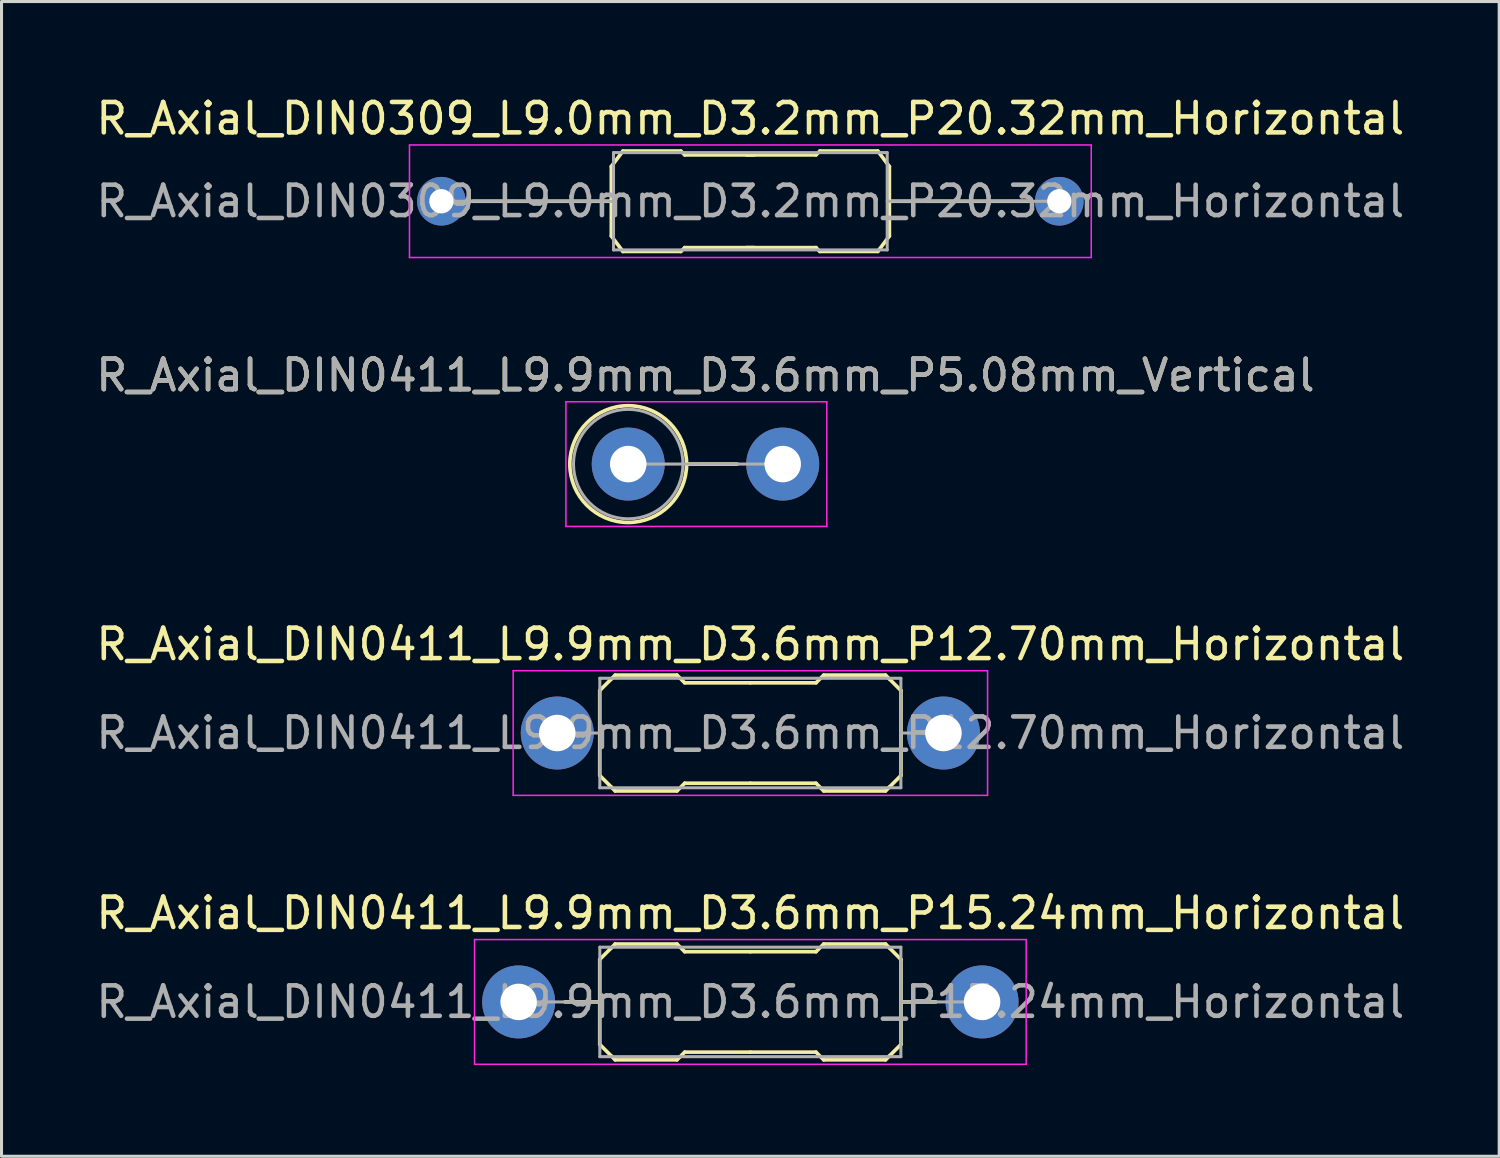
<source format=kicad_pcb>
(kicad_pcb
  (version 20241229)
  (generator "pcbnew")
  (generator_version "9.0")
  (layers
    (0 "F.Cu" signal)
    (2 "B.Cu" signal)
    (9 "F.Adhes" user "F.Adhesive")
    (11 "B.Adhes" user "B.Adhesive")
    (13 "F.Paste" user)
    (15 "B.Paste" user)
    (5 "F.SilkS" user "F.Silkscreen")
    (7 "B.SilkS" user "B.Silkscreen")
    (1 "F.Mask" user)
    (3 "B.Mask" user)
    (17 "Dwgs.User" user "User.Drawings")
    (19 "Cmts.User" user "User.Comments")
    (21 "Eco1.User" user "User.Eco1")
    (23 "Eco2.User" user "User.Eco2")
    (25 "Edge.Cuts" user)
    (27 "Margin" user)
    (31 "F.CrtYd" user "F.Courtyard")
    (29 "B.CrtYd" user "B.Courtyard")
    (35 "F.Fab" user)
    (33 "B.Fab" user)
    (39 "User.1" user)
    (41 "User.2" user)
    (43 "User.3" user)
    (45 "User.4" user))
  (footprint "R_Axial_DIN0411_L9.9mm_D3.6mm_P5.08mm_Vertical"
    (layer "F.Cu")
    (at 17.609 12.211)
    (property "Reference" "R_Axial_DIN0411_L9.9mm_D3.6mm_P5.08mm_Vertical" (at 2.54 -2.92 0) (layer "F.SilkS") (effects (font (size 1 1) (thickness 0.15))))
    (attr through_hole)
    (fp_line (start 1.92 0) (end 3.58 0) (stroke (width 0.12) (type solid)) (layer "F.SilkS"))
    (fp_circle (center 0 0) (end 1.92 0) (stroke (width 0.12) (type solid)) (fill no) (layer "F.SilkS"))
    (fp_line (start -2.05 -2.05) (end -2.05 2.05) (stroke (width 0.05) (type solid)) (layer "F.CrtYd"))
    (fp_line (start -2.05 2.05) (end 6.53 2.05) (stroke (width 0.05) (type solid)) (layer "F.CrtYd"))
    (fp_line (start 6.53 -2.05) (end -2.05 -2.05) (stroke (width 0.05) (type solid)) (layer "F.CrtYd"))
    (fp_line (start 6.53 2.05) (end 6.53 -2.05) (stroke (width 0.05) (type solid)) (layer "F.CrtYd"))
    (fp_line (start 0 0) (end 5.08 0) (stroke (width 0.1) (type solid)) (layer "F.Fab"))
    (fp_circle (center 0 0) (end 1.8 0) (stroke (width 0.1) (type solid)) (fill no) (layer "F.Fab"))
    (fp_text user "${REFERENCE}" (at 2.54 -2.92 0) (layer "F.Fab") (effects (font (size 1 1) (thickness 0.15))))
    (pad "1" thru_hole circle (at 0 0) (size 2.4 2.4) (drill 1.2) (layers "*.Cu" "*.Mask"))
    (pad "2" thru_hole oval (at 5.08 0) (size 2.4 2.4) (drill 1.2) (layers "*.Cu" "*.Mask")))
  (footprint "R_Axial_DIN0411_L9.9mm_D3.6mm_P15.24mm_Horizontal"
    (layer "F.Cu")
    (at 14.005 29.898)
    (property "Reference" "R_Axial_DIN0411_L9.9mm_D3.6mm_P15.24mm_Horizontal" (at 7.62 -2.92 0) (layer "F.SilkS") (effects (font (size 1 1) (thickness 0.15))))
    (attr through_hole)
    (fp_line (start 2.667 -1.397) (end 3.048 -1.778) (stroke (width 0.12) (type solid)) (layer "F.SilkS"))
    (fp_line (start 2.667 0) (end 1.524 0) (stroke (width 0.12) (type solid)) (layer "F.SilkS"))
    (fp_line (start 2.667 1.397) (end 2.667 -1.397) (stroke (width 0.12) (type solid)) (layer "F.SilkS"))
    (fp_line (start 2.667 1.397) (end 3.048 1.778) (stroke (width 0.12) (type solid)) (layer "F.SilkS"))
    (fp_line (start 3.048 -1.778) (end 3.175 -1.905) (stroke (width 0.12) (type solid)) (layer "F.SilkS"))
    (fp_line (start 3.048 1.778) (end 3.175 1.905) (stroke (width 0.12) (type solid)) (layer "F.SilkS"))
    (fp_line (start 3.175 -1.905) (end 5.207 -1.905) (stroke (width 0.12) (type solid)) (layer "F.SilkS"))
    (fp_line (start 3.175 1.905) (end 5.207 1.905) (stroke (width 0.12) (type solid)) (layer "F.SilkS"))
    (fp_line (start 5.207 -1.905) (end 5.461 -1.651) (stroke (width 0.12) (type solid)) (layer "F.SilkS"))
    (fp_line (start 5.207 1.905) (end 5.461 1.651) (stroke (width 0.12) (type solid)) (layer "F.SilkS"))
    (fp_line (start 5.461 -1.651) (end 7.62 -1.651) (stroke (width 0.12) (type solid)) (layer "F.SilkS"))
    (fp_line (start 5.461 1.651) (end 7.62 1.651) (stroke (width 0.12) (type solid)) (layer "F.SilkS"))
    (fp_line (start 9.779 -1.651) (end 7.62 -1.651) (stroke (width 0.12) (type solid)) (layer "F.SilkS"))
    (fp_line (start 9.779 1.651) (end 7.62 1.651) (stroke (width 0.12) (type solid)) (layer "F.SilkS"))
    (fp_line (start 10.033 -1.905) (end 9.779 -1.651) (stroke (width 0.12) (type solid)) (layer "F.SilkS"))
    (fp_line (start 10.033 1.905) (end 9.779 1.651) (stroke (width 0.12) (type solid)) (layer "F.SilkS"))
    (fp_line (start 12.065 -1.905) (end 10.033 -1.905) (stroke (width 0.12) (type solid)) (layer "F.SilkS"))
    (fp_line (start 12.065 1.905) (end 10.033 1.905) (stroke (width 0.12) (type solid)) (layer "F.SilkS"))
    (fp_line (start 12.192 -1.778) (end 12.065 -1.905) (stroke (width 0.12) (type solid)) (layer "F.SilkS"))
    (fp_line (start 12.192 1.778) (end 12.065 1.905) (stroke (width 0.12) (type solid)) (layer "F.SilkS"))
    (fp_line (start 12.573 -1.397) (end 12.192 -1.778) (stroke (width 0.12) (type solid)) (layer "F.SilkS"))
    (fp_line (start 12.573 0) (end 13.716 0) (stroke (width 0.12) (type solid)) (layer "F.SilkS"))
    (fp_line (start 12.573 1.397) (end 12.192 1.778) (stroke (width 0.12) (type solid)) (layer "F.SilkS"))
    (fp_line (start 12.573 1.397) (end 12.573 -1.397) (stroke (width 0.12) (type solid)) (layer "F.SilkS"))
    (fp_line (start -1.45 -2.05) (end -1.45 2.05) (stroke (width 0.05) (type solid)) (layer "F.CrtYd"))
    (fp_line (start -1.45 2.05) (end 16.69 2.05) (stroke (width 0.05) (type solid)) (layer "F.CrtYd"))
    (fp_line (start 16.69 -2.05) (end -1.45 -2.05) (stroke (width 0.05) (type solid)) (layer "F.CrtYd"))
    (fp_line (start 16.69 2.05) (end 16.69 -2.05) (stroke (width 0.05) (type solid)) (layer "F.CrtYd"))
    (fp_line (start 0 0) (end 2.67 0) (stroke (width 0.1) (type solid)) (layer "F.Fab"))
    (fp_line (start 2.67 -1.8) (end 2.67 1.8) (stroke (width 0.1) (type solid)) (layer "F.Fab"))
    (fp_line (start 2.67 1.8) (end 12.57 1.8) (stroke (width 0.1) (type solid)) (layer "F.Fab"))
    (fp_line (start 12.57 -1.8) (end 2.67 -1.8) (stroke (width 0.1) (type solid)) (layer "F.Fab"))
    (fp_line (start 12.57 1.8) (end 12.57 -1.8) (stroke (width 0.1) (type solid)) (layer "F.Fab"))
    (fp_line (start 15.24 0) (end 12.57 0) (stroke (width 0.1) (type solid)) (layer "F.Fab"))
    (fp_text user "${REFERENCE}" (at 7.62 0 0) (layer "F.Fab") (effects (font (size 1 1) (thickness 0.15))))
    (pad "1" thru_hole circle (at 0 0) (size 2.4 2.4) (drill 1.2) (layers "*.Cu" "*.Mask"))
    (pad "2" thru_hole oval (at 15.24 0) (size 2.4 2.4) (drill 1.2) (layers "*.Cu" "*.Mask")))
  (footprint "R_Axial_DIN0411_L9.9mm_D3.6mm_P12.70mm_Horizontal"
    (layer "F.Cu")
    (at 15.275 21.055)
    (property "Reference" "R_Axial_DIN0411_L9.9mm_D3.6mm_P12.70mm_Horizontal" (at 6.35 -2.92 0) (layer "F.SilkS") (effects (font (size 1 1) (thickness 0.15))))
    (attr through_hole)
    (fp_line (start 1.397 -1.397) (end 1.778 -1.778) (stroke (width 0.12) (type solid)) (layer "F.SilkS"))
    (fp_line (start 1.397 1.397) (end 1.397 -1.397) (stroke (width 0.12) (type solid)) (layer "F.SilkS"))
    (fp_line (start 1.397 1.397) (end 1.778 1.778) (stroke (width 0.12) (type solid)) (layer "F.SilkS"))
    (fp_line (start 1.778 -1.778) (end 1.905 -1.905) (stroke (width 0.12) (type solid)) (layer "F.SilkS"))
    (fp_line (start 1.778 1.778) (end 1.905 1.905) (stroke (width 0.12) (type solid)) (layer "F.SilkS"))
    (fp_line (start 1.905 -1.905) (end 3.937 -1.905) (stroke (width 0.12) (type solid)) (layer "F.SilkS"))
    (fp_line (start 1.905 1.905) (end 3.937 1.905) (stroke (width 0.12) (type solid)) (layer "F.SilkS"))
    (fp_line (start 3.937 -1.905) (end 4.191 -1.651) (stroke (width 0.12) (type solid)) (layer "F.SilkS"))
    (fp_line (start 3.937 1.905) (end 4.191 1.651) (stroke (width 0.12) (type solid)) (layer "F.SilkS"))
    (fp_line (start 4.191 -1.651) (end 6.35 -1.651) (stroke (width 0.12) (type solid)) (layer "F.SilkS"))
    (fp_line (start 4.191 1.651) (end 6.35 1.651) (stroke (width 0.12) (type solid)) (layer "F.SilkS"))
    (fp_line (start 8.509 -1.651) (end 6.35 -1.651) (stroke (width 0.12) (type solid)) (layer "F.SilkS"))
    (fp_line (start 8.509 1.651) (end 6.35 1.651) (stroke (width 0.12) (type solid)) (layer "F.SilkS"))
    (fp_line (start 8.763 -1.905) (end 8.509 -1.651) (stroke (width 0.12) (type solid)) (layer "F.SilkS"))
    (fp_line (start 8.763 1.905) (end 8.509 1.651) (stroke (width 0.12) (type solid)) (layer "F.SilkS"))
    (fp_line (start 10.795 -1.905) (end 8.763 -1.905) (stroke (width 0.12) (type solid)) (layer "F.SilkS"))
    (fp_line (start 10.795 1.905) (end 8.763 1.905) (stroke (width 0.12) (type solid)) (layer "F.SilkS"))
    (fp_line (start 10.922 -1.778) (end 10.795 -1.905) (stroke (width 0.12) (type solid)) (layer "F.SilkS"))
    (fp_line (start 10.922 1.778) (end 10.795 1.905) (stroke (width 0.12) (type solid)) (layer "F.SilkS"))
    (fp_line (start 11.303 -1.397) (end 10.922 -1.778) (stroke (width 0.12) (type solid)) (layer "F.SilkS"))
    (fp_line (start 11.303 1.397) (end 10.922 1.778) (stroke (width 0.12) (type solid)) (layer "F.SilkS"))
    (fp_line (start 11.303 1.397) (end 11.303 -1.397) (stroke (width 0.12) (type solid)) (layer "F.SilkS"))
    (fp_line (start -1.45 -2.05) (end -1.45 2.05) (stroke (width 0.05) (type solid)) (layer "F.CrtYd"))
    (fp_line (start -1.45 2.05) (end 14.15 2.05) (stroke (width 0.05) (type solid)) (layer "F.CrtYd"))
    (fp_line (start 14.15 -2.05) (end -1.45 -2.05) (stroke (width 0.05) (type solid)) (layer "F.CrtYd"))
    (fp_line (start 14.15 2.05) (end 14.15 -2.05) (stroke (width 0.05) (type solid)) (layer "F.CrtYd"))
    (fp_line (start 0 0) (end 1.4 0) (stroke (width 0.1) (type solid)) (layer "F.Fab"))
    (fp_line (start 1.4 -1.8) (end 1.4 1.8) (stroke (width 0.1) (type solid)) (layer "F.Fab"))
    (fp_line (start 1.4 1.8) (end 11.3 1.8) (stroke (width 0.1) (type solid)) (layer "F.Fab"))
    (fp_line (start 11.3 -1.8) (end 1.4 -1.8) (stroke (width 0.1) (type solid)) (layer "F.Fab"))
    (fp_line (start 11.3 1.8) (end 11.3 -1.8) (stroke (width 0.1) (type solid)) (layer "F.Fab"))
    (fp_line (start 12.7 0) (end 11.3 0) (stroke (width 0.1) (type solid)) (layer "F.Fab"))
    (fp_text user "${REFERENCE}" (at 6.35 0 0) (layer "F.Fab") (effects (font (size 1 1) (thickness 0.15))))
    (pad "1" thru_hole circle (at 0 0) (size 2.4 2.4) (drill 1.2) (layers "*.Cu" "*.Mask"))
    (pad "2" thru_hole oval (at 12.7 0) (size 2.4 2.4) (drill 1.2) (layers "*.Cu" "*.Mask")))
  (footprint "R_Axial_DIN0309_L9.0mm_D3.2mm_P20.32mm_Horizontal"
    (layer "F.Cu")
    (at 11.465 3.568)
    (property "Reference" "R_Axial_DIN0309_L9.0mm_D3.2mm_P20.32mm_Horizontal" (at 10.16 -2.72 0) (layer "F.SilkS") (effects (font (size 1 1) (thickness 0.15))))
    (attr through_hole)
    (fp_line (start 5.588 -1.143) (end 5.969 -1.651) (stroke (width 0.12) (type solid)) (layer "F.SilkS"))
    (fp_line (start 5.588 0) (end 1.016 0) (stroke (width 0.12) (type solid)) (layer "F.SilkS"))
    (fp_line (start 5.588 1.143) (end 5.588 -1.143) (stroke (width 0.12) (type solid)) (layer "F.SilkS"))
    (fp_line (start 5.588 1.143) (end 5.969 1.651) (stroke (width 0.12) (type solid)) (layer "F.SilkS"))
    (fp_line (start 5.969 -1.651) (end 7.874 -1.651) (stroke (width 0.12) (type solid)) (layer "F.SilkS"))
    (fp_line (start 5.969 1.651) (end 7.874 1.651) (stroke (width 0.12) (type solid)) (layer "F.SilkS"))
    (fp_line (start 7.874 -1.651) (end 8.001 -1.524) (stroke (width 0.12) (type solid)) (layer "F.SilkS"))
    (fp_line (start 7.874 1.651) (end 8.001 1.524) (stroke (width 0.12) (type solid)) (layer "F.SilkS"))
    (fp_line (start 8.001 -1.524) (end 10.287 -1.524) (stroke (width 0.12) (type solid)) (layer "F.SilkS"))
    (fp_line (start 8.001 1.524) (end 10.287 1.524) (stroke (width 0.12) (type solid)) (layer "F.SilkS"))
    (fp_line (start 12.319 -1.524) (end 10.033 -1.524) (stroke (width 0.12) (type solid)) (layer "F.SilkS"))
    (fp_line (start 12.319 1.524) (end 10.033 1.524) (stroke (width 0.12) (type solid)) (layer "F.SilkS"))
    (fp_line (start 12.446 -1.651) (end 12.319 -1.524) (stroke (width 0.12) (type solid)) (layer "F.SilkS"))
    (fp_line (start 12.446 1.651) (end 12.319 1.524) (stroke (width 0.12) (type solid)) (layer "F.SilkS"))
    (fp_line (start 14.351 -1.651) (end 12.446 -1.651) (stroke (width 0.12) (type solid)) (layer "F.SilkS"))
    (fp_line (start 14.351 1.651) (end 12.446 1.651) (stroke (width 0.12) (type solid)) (layer "F.SilkS"))
    (fp_line (start 14.732 -1.143) (end 14.351 -1.651) (stroke (width 0.12) (type solid)) (layer "F.SilkS"))
    (fp_line (start 14.732 0) (end 19.304 0) (stroke (width 0.12) (type solid)) (layer "F.SilkS"))
    (fp_line (start 14.732 1.143) (end 14.351 1.651) (stroke (width 0.12) (type solid)) (layer "F.SilkS"))
    (fp_line (start 14.732 1.143) (end 14.732 -1.143) (stroke (width 0.12) (type solid)) (layer "F.SilkS"))
    (fp_line (start -1.05 -1.85) (end -1.05 1.85) (stroke (width 0.05) (type solid)) (layer "F.CrtYd"))
    (fp_line (start -1.05 1.85) (end 21.37 1.85) (stroke (width 0.05) (type solid)) (layer "F.CrtYd"))
    (fp_line (start 21.37 -1.85) (end -1.05 -1.85) (stroke (width 0.05) (type solid)) (layer "F.CrtYd"))
    (fp_line (start 21.37 1.85) (end 21.37 -1.85) (stroke (width 0.05) (type solid)) (layer "F.CrtYd"))
    (fp_line (start 0 0) (end 5.66 0) (stroke (width 0.1) (type solid)) (layer "F.Fab"))
    (fp_line (start 5.66 -1.6) (end 5.66 1.6) (stroke (width 0.1) (type solid)) (layer "F.Fab"))
    (fp_line (start 5.66 1.6) (end 14.66 1.6) (stroke (width 0.1) (type solid)) (layer "F.Fab"))
    (fp_line (start 14.66 -1.6) (end 5.66 -1.6) (stroke (width 0.1) (type solid)) (layer "F.Fab"))
    (fp_line (start 14.66 1.6) (end 14.66 -1.6) (stroke (width 0.1) (type solid)) (layer "F.Fab"))
    (fp_line (start 20.32 0) (end 14.66 0) (stroke (width 0.1) (type solid)) (layer "F.Fab"))
    (fp_text user "${REFERENCE}" (at 10.16 0 0) (layer "F.Fab") (effects (font (size 1 1) (thickness 0.15))))
    (pad "1" thru_hole circle (at 0 0) (size 1.6 1.6) (drill 0.8) (layers "*.Cu" "*.Mask"))
    (pad "2" thru_hole oval (at 20.32 0) (size 1.6 1.6) (drill 0.8) (layers "*.Cu" "*.Mask")))
  (gr_rect
    (start -3 -3)
    (end 46.25 34.973)
    (stroke (width 0.1) (type default))
    (fill no)
    (layer "Edge.Cuts")))
</source>
